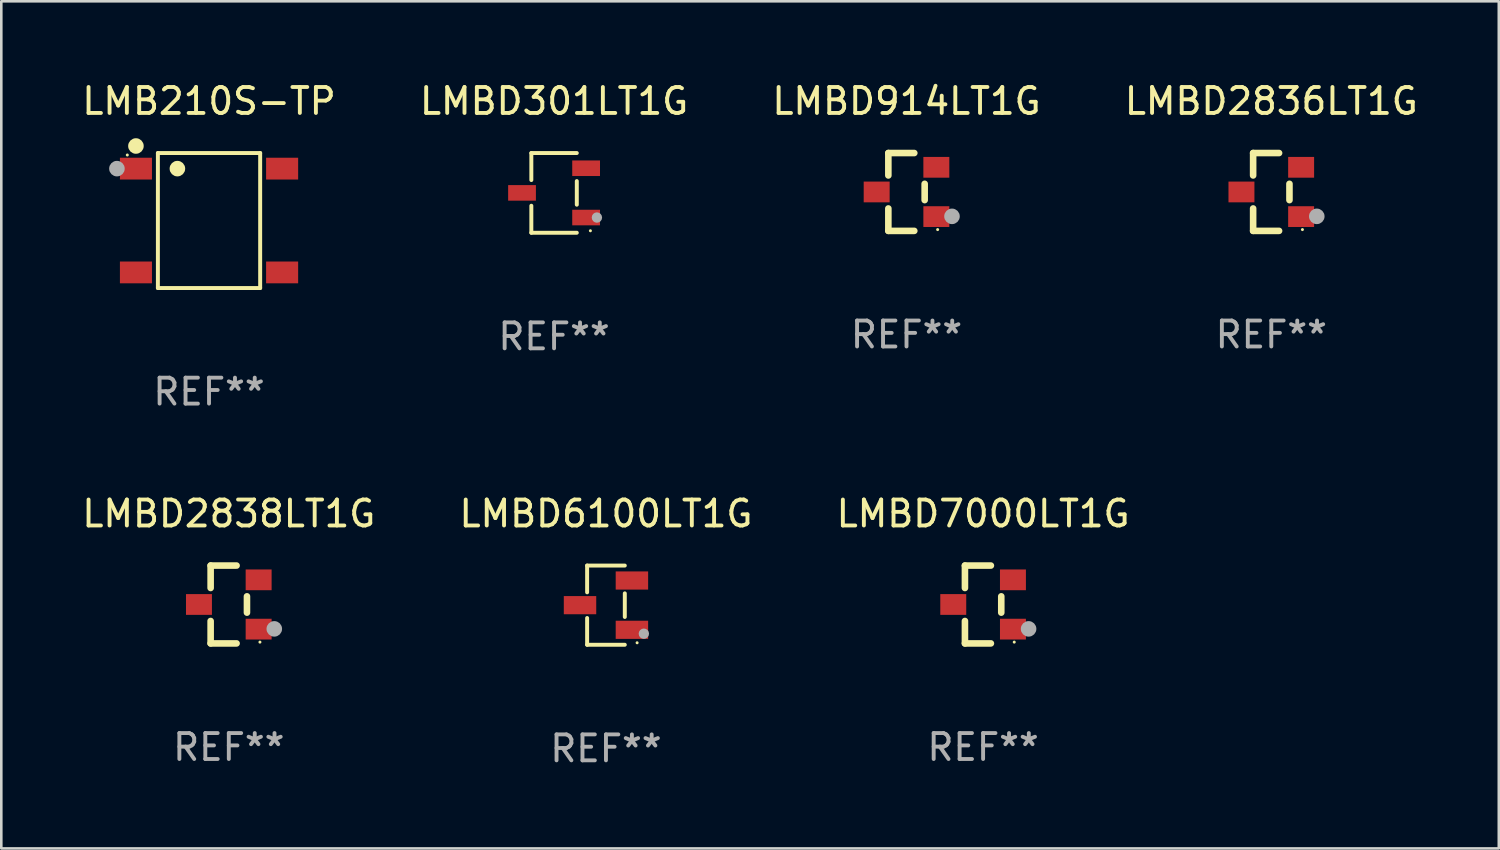
<source format=kicad_pcb>
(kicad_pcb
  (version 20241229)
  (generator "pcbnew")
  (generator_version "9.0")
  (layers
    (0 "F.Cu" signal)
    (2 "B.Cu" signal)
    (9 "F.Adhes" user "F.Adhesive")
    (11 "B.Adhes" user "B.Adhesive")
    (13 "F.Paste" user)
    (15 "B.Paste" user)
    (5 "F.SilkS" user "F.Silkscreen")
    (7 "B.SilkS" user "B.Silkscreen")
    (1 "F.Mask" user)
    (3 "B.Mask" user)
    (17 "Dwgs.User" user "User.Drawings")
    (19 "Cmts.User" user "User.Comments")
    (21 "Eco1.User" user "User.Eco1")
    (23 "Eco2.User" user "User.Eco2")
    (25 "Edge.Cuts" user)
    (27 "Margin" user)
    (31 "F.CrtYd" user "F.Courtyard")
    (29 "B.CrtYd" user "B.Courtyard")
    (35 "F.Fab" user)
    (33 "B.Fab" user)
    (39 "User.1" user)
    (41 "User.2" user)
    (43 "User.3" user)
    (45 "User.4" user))
  (footprint "LMBD914LT1G"
    (layer "F.Cu")
    (at 31.887 4.348)
    (property "Reference" "LMBD914LT1G" (at 0 -3.5 0) (layer "F.SilkS") (effects (font (size 1 1) (thickness 0.15))))
    (attr through_hole)
    (fp_line (start -0.7 -1.5) (end 0.3 -1.5) (stroke (width 0.254) (type solid)) (layer "F.SilkS"))
    (fp_line (start -0.7 -0.636) (end -0.7 -1.5) (stroke (width 0.254) (type solid)) (layer "F.SilkS"))
    (fp_line (start -0.7 1.5) (end -0.7 0.636) (stroke (width 0.254) (type solid)) (layer "F.SilkS"))
    (fp_line (start -0.7 1.5) (end 0.3 1.5) (stroke (width 0.254) (type solid)) (layer "F.SilkS"))
    (fp_line (start 0.7 0.314) (end 0.7 -0.314) (stroke (width 0.254) (type solid)) (layer "F.SilkS"))
    (fp_circle (center 1.2 1.45) (end 1.23 1.45) (stroke (width 0.06) (type solid)) (fill no) (layer "F.SilkS"))
    (fp_circle (center 1.753 0.94) (end 1.903 0.94) (stroke (width 0.3) (type solid)) (fill no) (layer "F.Fab"))
    (fp_text user "REF**" (at 0 5.5 0) (layer "F.Fab") (effects (font (size 1 1) (thickness 0.15))))
    (pad "1" smd rect (at 1.15 0.95 180) (size 1 0.8) (layers "F.Cu" "F.Mask" "F.Paste"))
    (pad "2" smd rect (at 1.15 -0.95 180) (size 1 0.8) (layers "F.Cu" "F.Mask" "F.Paste"))
    (pad "3" smd rect (at -1.15 -0.000051 180) (size 1 0.8) (layers "F.Cu" "F.Mask" "F.Paste")))
  (footprint "LMBD301LT1G"
    (layer "F.Cu")
    (at 18.304 4.384)
    (property "Reference" "LMBD301LT1G" (at 0 -3.536 0) (layer "F.SilkS") (effects (font (size 1 1) (thickness 0.15))))
    (attr through_hole)
    (fp_line (start -0.876 -1.536) (end -0.876 -0.495) (stroke (width 0.152) (type solid)) (layer "F.SilkS"))
    (fp_line (start -0.876 1.536) (end -0.876 0.495) (stroke (width 0.152) (type solid)) (layer "F.SilkS"))
    (fp_line (start 0.876 -1.536) (end -0.876 -1.536) (stroke (width 0.152) (type solid)) (layer "F.SilkS"))
    (fp_line (start 0.876 -0.455) (end 0.876 0.455) (stroke (width 0.152) (type solid)) (layer "F.SilkS"))
    (fp_line (start 0.876 1.536) (end -0.876 1.536) (stroke (width 0.152) (type solid)) (layer "F.SilkS"))
    (fp_circle (center 1.4 1.46) (end 1.43 1.46) (stroke (width 0.06) (type solid)) (fill no) (layer "F.SilkS"))
    (fp_circle (center 1.651 0.95) (end 1.751 0.95) (stroke (width 0.2) (type solid)) (fill no) (layer "F.Fab"))
    (fp_text user "REF**" (at 0 5.536 0) (layer "F.Fab") (effects (font (size 1 1) (thickness 0.15))))
    (pad "1" smd rect (at 1.235 0.95) (size 1.07 0.6) (layers "F.Cu" "F.Mask" "F.Paste"))
    (pad "2" smd rect (at 1.235 -0.95) (size 1.07 0.6) (layers "F.Cu" "F.Mask" "F.Paste"))
    (pad "3" smd rect (at -1.235 0) (size 1.07 0.6) (layers "F.Cu" "F.Mask" "F.Paste")))
  (footprint "LMBD2836LT1G"
    (layer "F.Cu")
    (at 45.946 4.348)
    (property "Reference" "LMBD2836LT1G" (at 0 -3.5 0) (layer "F.SilkS") (effects (font (size 1 1) (thickness 0.15))))
    (attr through_hole)
    (fp_line (start -0.7 -1.5) (end 0.3 -1.5) (stroke (width 0.254) (type solid)) (layer "F.SilkS"))
    (fp_line (start -0.7 -0.636) (end -0.7 -1.5) (stroke (width 0.254) (type solid)) (layer "F.SilkS"))
    (fp_line (start -0.7 1.5) (end -0.7 0.636) (stroke (width 0.254) (type solid)) (layer "F.SilkS"))
    (fp_line (start -0.7 1.5) (end 0.3 1.5) (stroke (width 0.254) (type solid)) (layer "F.SilkS"))
    (fp_line (start 0.7 0.314) (end 0.7 -0.314) (stroke (width 0.254) (type solid)) (layer "F.SilkS"))
    (fp_circle (center 1.2 1.45) (end 1.23 1.45) (stroke (width 0.06) (type solid)) (fill no) (layer "F.SilkS"))
    (fp_circle (center 1.753 0.94) (end 1.903 0.94) (stroke (width 0.3) (type solid)) (fill no) (layer "F.Fab"))
    (fp_text user "REF**" (at 0 5.5 0) (layer "F.Fab") (effects (font (size 1 1) (thickness 0.15))))
    (pad "1" smd rect (at 1.15 0.95 180) (size 1 0.8) (layers "F.Cu" "F.Mask" "F.Paste"))
    (pad "2" smd rect (at 1.15 -0.95 180) (size 1 0.8) (layers "F.Cu" "F.Mask" "F.Paste"))
    (pad "3" smd rect (at -1.15 -0.000051 180) (size 1 0.8) (layers "F.Cu" "F.Mask" "F.Paste")))
  (footprint "LMBD7000LT1G"
    (layer "F.Cu")
    (at 34.839 20.247)
    (property "Reference" "LMBD7000LT1G" (at 0 -3.5 0) (layer "F.SilkS") (effects (font (size 1 1) (thickness 0.15))))
    (attr through_hole)
    (fp_line (start -0.7 -1.5) (end 0.3 -1.5) (stroke (width 0.254) (type solid)) (layer "F.SilkS"))
    (fp_line (start -0.7 -0.636) (end -0.7 -1.5) (stroke (width 0.254) (type solid)) (layer "F.SilkS"))
    (fp_line (start -0.7 1.5) (end -0.7 0.636) (stroke (width 0.254) (type solid)) (layer "F.SilkS"))
    (fp_line (start -0.7 1.5) (end 0.3 1.5) (stroke (width 0.254) (type solid)) (layer "F.SilkS"))
    (fp_line (start 0.7 0.314) (end 0.7 -0.314) (stroke (width 0.254) (type solid)) (layer "F.SilkS"))
    (fp_circle (center 1.2 1.45) (end 1.23 1.45) (stroke (width 0.06) (type solid)) (fill no) (layer "F.SilkS"))
    (fp_circle (center 1.753 0.94) (end 1.903 0.94) (stroke (width 0.3) (type solid)) (fill no) (layer "F.Fab"))
    (fp_text user "REF**" (at 0 5.5 0) (layer "F.Fab") (effects (font (size 1 1) (thickness 0.15))))
    (pad "1" smd rect (at 1.15 0.95 180) (size 1 0.8) (layers "F.Cu" "F.Mask" "F.Paste"))
    (pad "2" smd rect (at 1.15 -0.95 180) (size 1 0.8) (layers "F.Cu" "F.Mask" "F.Paste"))
    (pad "3" smd rect (at -1.15 -0.000051 180) (size 1 0.8) (layers "F.Cu" "F.Mask" "F.Paste")))
  (footprint "LMB210S-TP"
    (layer "F.Cu")
    (at 5.006 5.449)
    (property "Reference" "LMB210S-TP" (at 0 -4.601 0) (layer "F.SilkS") (effects (font (size 1 1) (thickness 0.15))))
    (attr through_hole)
    (fp_line (start -1.971 -2.601) (end 1.971 -2.601) (stroke (width 0.152) (type solid)) (layer "F.SilkS"))
    (fp_line (start -1.971 2.601) (end -1.971 -2.601) (stroke (width 0.152) (type solid)) (layer "F.SilkS"))
    (fp_line (start 1.971 -2.601) (end 1.971 2.601) (stroke (width 0.152) (type solid)) (layer "F.SilkS"))
    (fp_line (start 1.971 2.601) (end -1.971 2.601) (stroke (width 0.152) (type solid)) (layer "F.SilkS"))
    (fp_circle (center -3.15 -2.525) (end -3.12 -2.525) (stroke (width 0.06) (type solid)) (fill no) (layer "F.SilkS"))
    (fp_circle (center -2.817 -2.872) (end -2.667 -2.872) (stroke (width 0.3) (type solid)) (fill no) (layer "F.SilkS"))
    (fp_circle (center -1.219 -2) (end -1.069 -2) (stroke (width 0.3) (type solid)) (fill no) (layer "F.SilkS"))
    (fp_circle (center -3.55 -2) (end -3.4 -2) (stroke (width 0.3) (type solid)) (fill no) (layer "F.Fab"))
    (fp_text user "REF**" (at 0 6.601 0) (layer "F.Fab") (effects (font (size 1 1) (thickness 0.15))))
    (pad "1" smd rect (at -2.817 -2) (size 1.235 0.84) (layers "F.Cu" "F.Mask" "F.Paste"))
    (pad "2" smd rect (at 2.817 -2) (size 1.235 0.84) (layers "F.Cu" "F.Mask" "F.Paste"))
    (pad "3" smd rect (at 2.817 2) (size 1.235 0.84) (layers "F.Cu" "F.Mask" "F.Paste"))
    (pad "4" smd rect (at -2.817 2) (size 1.235 0.84) (layers "F.Cu" "F.Mask" "F.Paste")))
  (footprint "LMBD2838LT1G"
    (layer "F.Cu")
    (at 5.768 20.247)
    (property "Reference" "LMBD2838LT1G" (at 0 -3.5 0) (layer "F.SilkS") (effects (font (size 1 1) (thickness 0.15))))
    (attr through_hole)
    (fp_line (start -0.7 -1.5) (end 0.3 -1.5) (stroke (width 0.254) (type solid)) (layer "F.SilkS"))
    (fp_line (start -0.7 -0.636) (end -0.7 -1.5) (stroke (width 0.254) (type solid)) (layer "F.SilkS"))
    (fp_line (start -0.7 1.5) (end -0.7 0.636) (stroke (width 0.254) (type solid)) (layer "F.SilkS"))
    (fp_line (start -0.7 1.5) (end 0.3 1.5) (stroke (width 0.254) (type solid)) (layer "F.SilkS"))
    (fp_line (start 0.7 0.314) (end 0.7 -0.314) (stroke (width 0.254) (type solid)) (layer "F.SilkS"))
    (fp_circle (center 1.2 1.45) (end 1.23 1.45) (stroke (width 0.06) (type solid)) (fill no) (layer "F.SilkS"))
    (fp_circle (center 1.753 0.94) (end 1.903 0.94) (stroke (width 0.3) (type solid)) (fill no) (layer "F.Fab"))
    (fp_text user "REF**" (at 0 5.5 0) (layer "F.Fab") (effects (font (size 1 1) (thickness 0.15))))
    (pad "1" smd rect (at 1.15 0.95 180) (size 1 0.8) (layers "F.Cu" "F.Mask" "F.Paste"))
    (pad "2" smd rect (at 1.15 -0.95 180) (size 1 0.8) (layers "F.Cu" "F.Mask" "F.Paste"))
    (pad "3" smd rect (at -1.15 -0.000051 180) (size 1 0.8) (layers "F.Cu" "F.Mask" "F.Paste")))
  (footprint "LMBD6100LT1G"
    (layer "F.Cu")
    (at 20.304 20.273)
    (property "Reference" "LMBD6100LT1G" (at 0 -3.526 0) (layer "F.SilkS") (effects (font (size 1 1) (thickness 0.15))))
    (attr through_hole)
    (fp_line (start -0.726 -1.526) (end -0.726 -0.495) (stroke (width 0.152) (type solid)) (layer "F.SilkS"))
    (fp_line (start -0.726 1.526) (end -0.726 0.495) (stroke (width 0.152) (type solid)) (layer "F.SilkS"))
    (fp_line (start 0.726 -1.526) (end -0.726 -1.526) (stroke (width 0.152) (type solid)) (layer "F.SilkS"))
    (fp_line (start 0.726 -0.455) (end 0.726 0.455) (stroke (width 0.152) (type solid)) (layer "F.SilkS"))
    (fp_line (start 0.726 1.526) (end -0.726 1.526) (stroke (width 0.152) (type solid)) (layer "F.SilkS"))
    (fp_circle (center 1.2 1.45) (end 1.23 1.45) (stroke (width 0.06) (type solid)) (fill no) (layer "F.SilkS"))
    (fp_circle (center 1.46 1.1) (end 1.56 1.1) (stroke (width 0.2) (type solid)) (fill no) (layer "F.Fab"))
    (fp_text user "REF**" (at 0 5.526 0) (layer "F.Fab") (effects (font (size 1 1) (thickness 0.15))))
    (pad "1" smd rect (at 1 0.95) (size 1.25 0.7) (layers "F.Cu" "F.Mask" "F.Paste"))
    (pad "2" smd rect (at 1 -0.95) (size 1.25 0.7) (layers "F.Cu" "F.Mask" "F.Paste"))
    (pad "3" smd rect (at -1 0) (size 1.25 0.7) (layers "F.Cu" "F.Mask" "F.Paste")))
  (gr_rect
    (start -3 -3)
    (end 54.714 29.648)
    (stroke (width 0.1) (type default))
    (fill no)
    (layer "Edge.Cuts")))
</source>
